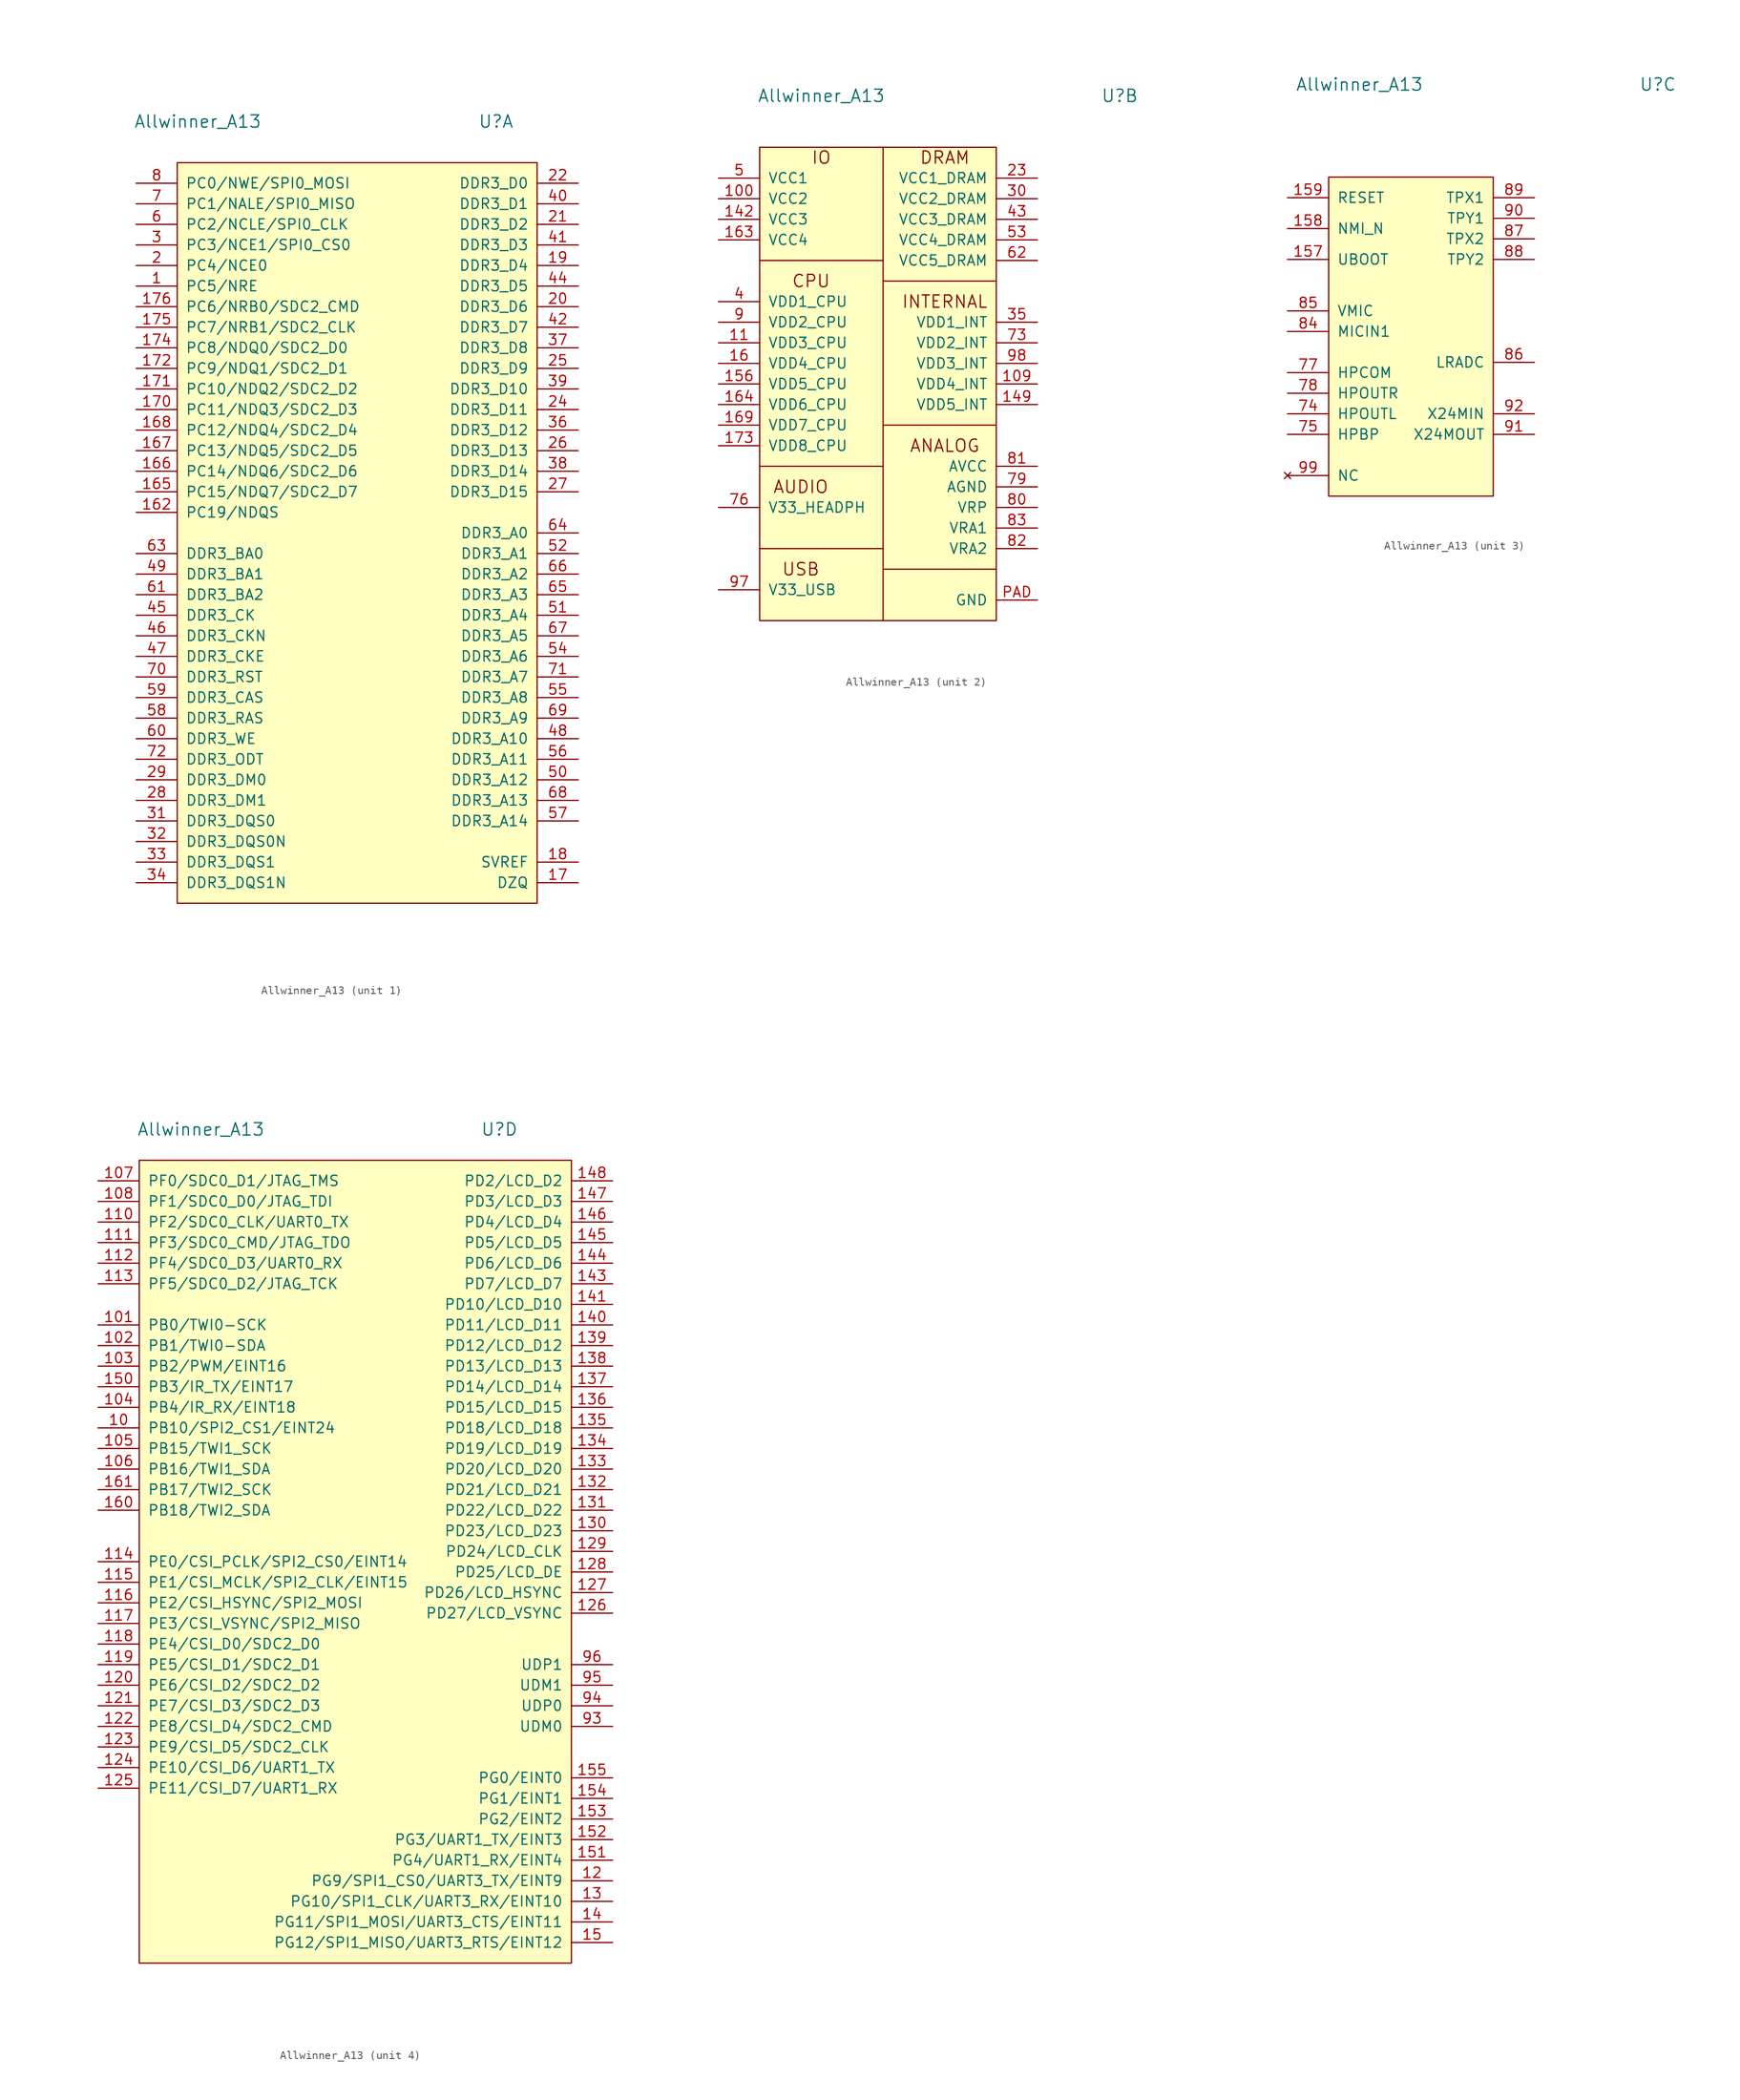
<source format=kicad_sym>
(kicad_symbol_lib
  (version 20211014)
  (generator kicad_symbol_editor)
  (symbol "Allwinner_A13"
    (pin_names
      (offset 1.016))
    (property "Reference" "U"
      (at 29.21 29.21 0)
      (effects (font (size 1.524 1.524))))
    (property "Value" "Allwinner_A13"
      (at -7.62 29.21 0)
      (effects (font (size 1.524 1.524))))
    (property "Footprint" ""
      (at -21.59 6.35 0)
      (effects (font (size 1.524 1.524))))
    (property "Datasheet" ""
      (at -21.59 6.35 0)
      (effects (font (size 1.524 1.524))))
    (property "ki_locked" ""
      (at 0 0 0)
      (effects (font (size 1.27 1.27))))
    (symbol "Allwinner_A13_1_1"
      (rectangle (start -10.16 24.13) (end 34.29 -67.31) (stroke (width 0) (type default) (color 0 0 0 0)) (fill (type background)))
      (pin passive line (at -15.24 8.89 0) (length 5.08) (name "PC5/NRE" (effects (font (size 1.27 1.27)))) (number "1" (effects (font (size 1.27 1.27)))))
      (pin passive line (at -15.24 -19.05 0) (length 5.08) (name "PC19/NDQS" (effects (font (size 1.27 1.27)))) (number "162" (effects (font (size 1.27 1.27)))))
      (pin passive line (at -15.24 -16.51 0) (length 5.08) (name "PC15/NDQ7/SDC2_D7" (effects (font (size 1.27 1.27)))) (number "165" (effects (font (size 1.27 1.27)))))
      (pin passive line (at -15.24 -13.97 0) (length 5.08) (name "PC14/NDQ6/SDC2_D6" (effects (font (size 1.27 1.27)))) (number "166" (effects (font (size 1.27 1.27)))))
      (pin passive line (at -15.24 -11.43 0) (length 5.08) (name "PC13/NDQ5/SDC2_D5" (effects (font (size 1.27 1.27)))) (number "167" (effects (font (size 1.27 1.27)))))
      (pin passive line (at -15.24 -8.89 0) (length 5.08) (name "PC12/NDQ4/SDC2_D4" (effects (font (size 1.27 1.27)))) (number "168" (effects (font (size 1.27 1.27)))))
      (pin passive line (at 39.37 -64.77 180) (length 5.08) (name "DZQ" (effects (font (size 1.27 1.27)))) (number "17" (effects (font (size 1.27 1.27)))))
      (pin passive line (at -15.24 -6.35 0) (length 5.08) (name "PC11/NDQ3/SDC2_D3" (effects (font (size 1.27 1.27)))) (number "170" (effects (font (size 1.27 1.27)))))
      (pin passive line (at -15.24 -3.81 0) (length 5.08) (name "PC10/NDQ2/SDC2_D2" (effects (font (size 1.27 1.27)))) (number "171" (effects (font (size 1.27 1.27)))))
      (pin passive line (at -15.24 -1.27 0) (length 5.08) (name "PC9/NDQ1/SDC2_D1" (effects (font (size 1.27 1.27)))) (number "172" (effects (font (size 1.27 1.27)))))
      (pin passive line (at -15.24 1.27 0) (length 5.08) (name "PC8/NDQ0/SDC2_D0" (effects (font (size 1.27 1.27)))) (number "174" (effects (font (size 1.27 1.27)))))
      (pin passive line (at -15.24 3.81 0) (length 5.08) (name "PC7/NRB1/SDC2_CLK" (effects (font (size 1.27 1.27)))) (number "175" (effects (font (size 1.27 1.27)))))
      (pin passive line (at -15.24 6.35 0) (length 5.08) (name "PC6/NRB0/SDC2_CMD" (effects (font (size 1.27 1.27)))) (number "176" (effects (font (size 1.27 1.27)))))
      (pin passive line (at 39.37 -62.23 180) (length 5.08) (name "SVREF" (effects (font (size 1.27 1.27)))) (number "18" (effects (font (size 1.27 1.27)))))
      (pin passive line (at 39.37 11.43 180) (length 5.08) (name "DDR3_D4" (effects (font (size 1.27 1.27)))) (number "19" (effects (font (size 1.27 1.27)))))
      (pin passive line (at -15.24 11.43 0) (length 5.08) (name "PC4/NCE0" (effects (font (size 1.27 1.27)))) (number "2" (effects (font (size 1.27 1.27)))))
      (pin passive line (at 39.37 6.35 180) (length 5.08) (name "DDR3_D6" (effects (font (size 1.27 1.27)))) (number "20" (effects (font (size 1.27 1.27)))))
      (pin passive line (at 39.37 16.51 180) (length 5.08) (name "DDR3_D2" (effects (font (size 1.27 1.27)))) (number "21" (effects (font (size 1.27 1.27)))))
      (pin passive line (at 39.37 21.59 180) (length 5.08) (name "DDR3_D0" (effects (font (size 1.27 1.27)))) (number "22" (effects (font (size 1.27 1.27)))))
      (pin passive line (at 39.37 -6.35 180) (length 5.08) (name "DDR3_D11" (effects (font (size 1.27 1.27)))) (number "24" (effects (font (size 1.27 1.27)))))
      (pin passive line (at 39.37 -1.27 180) (length 5.08) (name "DDR3_D9" (effects (font (size 1.27 1.27)))) (number "25" (effects (font (size 1.27 1.27)))))
      (pin passive line (at 39.37 -11.43 180) (length 5.08) (name "DDR3_D13" (effects (font (size 1.27 1.27)))) (number "26" (effects (font (size 1.27 1.27)))))
      (pin passive line (at 39.37 -16.51 180) (length 5.08) (name "DDR3_D15" (effects (font (size 1.27 1.27)))) (number "27" (effects (font (size 1.27 1.27)))))
      (pin passive line (at -15.24 -54.61 0) (length 5.08) (name "DDR3_DM1" (effects (font (size 1.27 1.27)))) (number "28" (effects (font (size 1.27 1.27)))))
      (pin passive line (at -15.24 -52.07 0) (length 5.08) (name "DDR3_DM0" (effects (font (size 1.27 1.27)))) (number "29" (effects (font (size 1.27 1.27)))))
      (pin passive line (at -15.24 13.97 0) (length 5.08) (name "PC3/NCE1/SPI0_CS0" (effects (font (size 1.27 1.27)))) (number "3" (effects (font (size 1.27 1.27)))))
      (pin passive line (at -15.24 -57.15 0) (length 5.08) (name "DDR3_DQS0" (effects (font (size 1.27 1.27)))) (number "31" (effects (font (size 1.27 1.27)))))
      (pin passive line (at -15.24 -59.69 0) (length 5.08) (name "DDR3_DQS0N" (effects (font (size 1.27 1.27)))) (number "32" (effects (font (size 1.27 1.27)))))
      (pin passive line (at -15.24 -62.23 0) (length 5.08) (name "DDR3_DQS1" (effects (font (size 1.27 1.27)))) (number "33" (effects (font (size 1.27 1.27)))))
      (pin passive line (at -15.24 -64.77 0) (length 5.08) (name "DDR3_DQS1N" (effects (font (size 1.27 1.27)))) (number "34" (effects (font (size 1.27 1.27)))))
      (pin passive line (at 39.37 -8.89 180) (length 5.08) (name "DDR3_D12" (effects (font (size 1.27 1.27)))) (number "36" (effects (font (size 1.27 1.27)))))
      (pin passive line (at 39.37 1.27 180) (length 5.08) (name "DDR3_D8" (effects (font (size 1.27 1.27)))) (number "37" (effects (font (size 1.27 1.27)))))
      (pin passive line (at 39.37 -13.97 180) (length 5.08) (name "DDR3_D14" (effects (font (size 1.27 1.27)))) (number "38" (effects (font (size 1.27 1.27)))))
      (pin passive line (at 39.37 -3.81 180) (length 5.08) (name "DDR3_D10" (effects (font (size 1.27 1.27)))) (number "39" (effects (font (size 1.27 1.27)))))
      (pin passive line (at 39.37 19.05 180) (length 5.08) (name "DDR3_D1" (effects (font (size 1.27 1.27)))) (number "40" (effects (font (size 1.27 1.27)))))
      (pin passive line (at 39.37 13.97 180) (length 5.08) (name "DDR3_D3" (effects (font (size 1.27 1.27)))) (number "41" (effects (font (size 1.27 1.27)))))
      (pin passive line (at 39.37 3.81 180) (length 5.08) (name "DDR3_D7" (effects (font (size 1.27 1.27)))) (number "42" (effects (font (size 1.27 1.27)))))
      (pin passive line (at 39.37 8.89 180) (length 5.08) (name "DDR3_D5" (effects (font (size 1.27 1.27)))) (number "44" (effects (font (size 1.27 1.27)))))
      (pin passive line (at -15.24 -31.75 0) (length 5.08) (name "DDR3_CK" (effects (font (size 1.27 1.27)))) (number "45" (effects (font (size 1.27 1.27)))))
      (pin passive line (at -15.24 -34.29 0) (length 5.08) (name "DDR3_CKN" (effects (font (size 1.27 1.27)))) (number "46" (effects (font (size 1.27 1.27)))))
      (pin passive line (at -15.24 -36.83 0) (length 5.08) (name "DDR3_CKE" (effects (font (size 1.27 1.27)))) (number "47" (effects (font (size 1.27 1.27)))))
      (pin passive line (at 39.37 -46.99 180) (length 5.08) (name "DDR3_A10" (effects (font (size 1.27 1.27)))) (number "48" (effects (font (size 1.27 1.27)))))
      (pin passive line (at -15.24 -26.67 0) (length 5.08) (name "DDR3_BA1" (effects (font (size 1.27 1.27)))) (number "49" (effects (font (size 1.27 1.27)))))
      (pin passive line (at 39.37 -52.07 180) (length 5.08) (name "DDR3_A12" (effects (font (size 1.27 1.27)))) (number "50" (effects (font (size 1.27 1.27)))))
      (pin passive line (at 39.37 -31.75 180) (length 5.08) (name "DDR3_A4" (effects (font (size 1.27 1.27)))) (number "51" (effects (font (size 1.27 1.27)))))
      (pin passive line (at 39.37 -24.13 180) (length 5.08) (name "DDR3_A1" (effects (font (size 1.27 1.27)))) (number "52" (effects (font (size 1.27 1.27)))))
      (pin passive line (at 39.37 -36.83 180) (length 5.08) (name "DDR3_A6" (effects (font (size 1.27 1.27)))) (number "54" (effects (font (size 1.27 1.27)))))
      (pin passive line (at 39.37 -41.91 180) (length 5.08) (name "DDR3_A8" (effects (font (size 1.27 1.27)))) (number "55" (effects (font (size 1.27 1.27)))))
      (pin passive line (at 39.37 -49.53 180) (length 5.08) (name "DDR3_A11" (effects (font (size 1.27 1.27)))) (number "56" (effects (font (size 1.27 1.27)))))
      (pin passive line (at 39.37 -57.15 180) (length 5.08) (name "DDR3_A14" (effects (font (size 1.27 1.27)))) (number "57" (effects (font (size 1.27 1.27)))))
      (pin passive line (at -15.24 -44.45 0) (length 5.08) (name "DDR3_RAS" (effects (font (size 1.27 1.27)))) (number "58" (effects (font (size 1.27 1.27)))))
      (pin passive line (at -15.24 -41.91 0) (length 5.08) (name "DDR3_CAS" (effects (font (size 1.27 1.27)))) (number "59" (effects (font (size 1.27 1.27)))))
      (pin passive line (at -15.24 16.51 0) (length 5.08) (name "PC2/NCLE/SPI0_CLK" (effects (font (size 1.27 1.27)))) (number "6" (effects (font (size 1.27 1.27)))))
      (pin passive line (at -15.24 -46.99 0) (length 5.08) (name "DDR3_WE" (effects (font (size 1.27 1.27)))) (number "60" (effects (font (size 1.27 1.27)))))
      (pin passive line (at -15.24 -29.21 0) (length 5.08) (name "DDR3_BA2" (effects (font (size 1.27 1.27)))) (number "61" (effects (font (size 1.27 1.27)))))
      (pin passive line (at -15.24 -24.13 0) (length 5.08) (name "DDR3_BA0" (effects (font (size 1.27 1.27)))) (number "63" (effects (font (size 1.27 1.27)))))
      (pin passive line (at 39.37 -21.59 180) (length 5.08) (name "DDR3_A0" (effects (font (size 1.27 1.27)))) (number "64" (effects (font (size 1.27 1.27)))))
      (pin passive line (at 39.37 -29.21 180) (length 5.08) (name "DDR3_A3" (effects (font (size 1.27 1.27)))) (number "65" (effects (font (size 1.27 1.27)))))
      (pin passive line (at 39.37 -26.67 180) (length 5.08) (name "DDR3_A2" (effects (font (size 1.27 1.27)))) (number "66" (effects (font (size 1.27 1.27)))))
      (pin passive line (at 39.37 -34.29 180) (length 5.08) (name "DDR3_A5" (effects (font (size 1.27 1.27)))) (number "67" (effects (font (size 1.27 1.27)))))
      (pin passive line (at 39.37 -54.61 180) (length 5.08) (name "DDR3_A13" (effects (font (size 1.27 1.27)))) (number "68" (effects (font (size 1.27 1.27)))))
      (pin passive line (at 39.37 -44.45 180) (length 5.08) (name "DDR3_A9" (effects (font (size 1.27 1.27)))) (number "69" (effects (font (size 1.27 1.27)))))
      (pin passive line (at -15.24 19.05 0) (length 5.08) (name "PC1/NALE/SPI0_MISO" (effects (font (size 1.27 1.27)))) (number "7" (effects (font (size 1.27 1.27)))))
      (pin passive line (at -15.24 -39.37 0) (length 5.08) (name "DDR3_RST" (effects (font (size 1.27 1.27)))) (number "70" (effects (font (size 1.27 1.27)))))
      (pin passive line (at 39.37 -39.37 180) (length 5.08) (name "DDR3_A7" (effects (font (size 1.27 1.27)))) (number "71" (effects (font (size 1.27 1.27)))))
      (pin passive line (at -15.24 -49.53 0) (length 5.08) (name "DDR3_ODT" (effects (font (size 1.27 1.27)))) (number "72" (effects (font (size 1.27 1.27)))))
      (pin passive line (at -15.24 21.59 0) (length 5.08) (name "PC0/NWE/SPI0_MOSI" (effects (font (size 1.27 1.27)))) (number "8" (effects (font (size 1.27 1.27))))))
    (symbol "Allwinner_A13_2_0"
      (text "USB" (at -10.16 -29.21 0) (effects (font (size 1.524 1.524)))))
    (symbol "Allwinner_A13_2_1"
      (polyline (pts (xy -15.24 -26.67) (xy 0 -26.67)) (stroke (width 0) (type default) (color 0 0 0 0)) (fill (type none)))
      (polyline (pts (xy -15.24 -16.51) (xy 0 -16.51)) (stroke (width 0) (type default) (color 0 0 0 0)) (fill (type none)))
      (polyline (pts (xy -15.24 8.89) (xy 0 8.89)) (stroke (width 0) (type default) (color 0 0 0 0)) (fill (type none)))
      (polyline (pts (xy 0 -29.21) (xy 13.97 -29.21)) (stroke (width 0) (type default) (color 0 0 0 0)) (fill (type none)))
      (polyline (pts (xy 0 -11.43) (xy 13.97 -11.43)) (stroke (width 0) (type default) (color 0 0 0 0)) (fill (type none)))
      (polyline (pts (xy 0 6.35) (xy 13.97 6.35)) (stroke (width 0) (type default) (color 0 0 0 0)) (fill (type none)))
      (polyline (pts (xy 0 22.86) (xy 0 -35.56)) (stroke (width 0) (type default) (color 0 0 0 0)) (fill (type none)))
      (rectangle (start 13.97 -35.56) (end -15.24 22.86) (stroke (width 0) (type default) (color 0 0 0 0)) (fill (type background)))
      (text "ANALOG" (at 7.62 -13.97 0) (effects (font (size 1.524 1.524))))
      (text "AUDIO" (at -10.16 -19.05 0) (effects (font (size 1.524 1.524))))
      (text "CPU" (at -8.89 6.35 0) (effects (font (size 1.524 1.524))))
      (text "DRAM" (at 7.62 21.59 0) (effects (font (size 1.524 1.524))))
      (text "INTERNAL" (at 7.62 3.81 0) (effects (font (size 1.524 1.524))))
      (text "IO" (at -7.62 21.59 0) (effects (font (size 1.524 1.524))))
      (pin power_in line (at -20.32 16.51 0) (length 5.08) (name "VCC2" (effects (font (size 1.27 1.27)))) (number "100" (effects (font (size 1.27 1.27)))))
      (pin power_in line (at 19.05 -6.35 180) (length 5.08) (name "VDD4_INT" (effects (font (size 1.27 1.27)))) (number "109" (effects (font (size 1.27 1.27)))))
      (pin power_in line (at -20.32 -1.27 0) (length 5.08) (name "VDD3_CPU" (effects (font (size 1.27 1.27)))) (number "11" (effects (font (size 1.27 1.27)))))
      (pin power_in line (at -20.32 13.97 0) (length 5.08) (name "VCC3" (effects (font (size 1.27 1.27)))) (number "142" (effects (font (size 1.27 1.27)))))
      (pin power_in line (at 19.05 -8.89 180) (length 5.08) (name "VDD5_INT" (effects (font (size 1.27 1.27)))) (number "149" (effects (font (size 1.27 1.27)))))
      (pin power_in line (at -20.32 -6.35 0) (length 5.08) (name "VDD5_CPU" (effects (font (size 1.27 1.27)))) (number "156" (effects (font (size 1.27 1.27)))))
      (pin power_in line (at -20.32 -3.81 0) (length 5.08) (name "VDD4_CPU" (effects (font (size 1.27 1.27)))) (number "16" (effects (font (size 1.27 1.27)))))
      (pin power_in line (at -20.32 11.43 0) (length 5.08) (name "VCC4" (effects (font (size 1.27 1.27)))) (number "163" (effects (font (size 1.27 1.27)))))
      (pin power_in line (at -20.32 -8.89 0) (length 5.08) (name "VDD6_CPU" (effects (font (size 1.27 1.27)))) (number "164" (effects (font (size 1.27 1.27)))))
      (pin power_in line (at -20.32 -11.43 0) (length 5.08) (name "VDD7_CPU" (effects (font (size 1.27 1.27)))) (number "169" (effects (font (size 1.27 1.27)))))
      (pin power_in line (at -20.32 -13.97 0) (length 5.08) (name "VDD8_CPU" (effects (font (size 1.27 1.27)))) (number "173" (effects (font (size 1.27 1.27)))))
      (pin power_in line (at 19.05 19.05 180) (length 5.08) (name "VCC1_DRAM" (effects (font (size 1.27 1.27)))) (number "23" (effects (font (size 1.27 1.27)))))
      (pin power_in line (at 19.05 16.51 180) (length 5.08) (name "VCC2_DRAM" (effects (font (size 1.27 1.27)))) (number "30" (effects (font (size 1.27 1.27)))))
      (pin power_in line (at 19.05 1.27 180) (length 5.08) (name "VDD1_INT" (effects (font (size 1.27 1.27)))) (number "35" (effects (font (size 1.27 1.27)))))
      (pin power_in line (at -20.32 3.81 0) (length 5.08) (name "VDD1_CPU" (effects (font (size 1.27 1.27)))) (number "4" (effects (font (size 1.27 1.27)))))
      (pin power_in line (at 19.05 13.97 180) (length 5.08) (name "VCC3_DRAM" (effects (font (size 1.27 1.27)))) (number "43" (effects (font (size 1.27 1.27)))))
      (pin power_in line (at -20.32 19.05 0) (length 5.08) (name "VCC1" (effects (font (size 1.27 1.27)))) (number "5" (effects (font (size 1.27 1.27)))))
      (pin power_in line (at 19.05 11.43 180) (length 5.08) (name "VCC4_DRAM" (effects (font (size 1.27 1.27)))) (number "53" (effects (font (size 1.27 1.27)))))
      (pin power_in line (at 19.05 8.89 180) (length 5.08) (name "VCC5_DRAM" (effects (font (size 1.27 1.27)))) (number "62" (effects (font (size 1.27 1.27)))))
      (pin power_in line (at 19.05 -1.27 180) (length 5.08) (name "VDD2_INT" (effects (font (size 1.27 1.27)))) (number "73" (effects (font (size 1.27 1.27)))))
      (pin power_in line (at -20.32 -21.59 0) (length 5.08) (name "V33_HEADPH" (effects (font (size 1.27 1.27)))) (number "76" (effects (font (size 1.27 1.27)))))
      (pin power_in line (at 19.05 -19.05 180) (length 5.08) (name "AGND" (effects (font (size 1.27 1.27)))) (number "79" (effects (font (size 1.27 1.27)))))
      (pin passive line (at 19.05 -21.59 180) (length 5.08) (name "VRP" (effects (font (size 1.27 1.27)))) (number "80" (effects (font (size 1.27 1.27)))))
      (pin power_in line (at 19.05 -16.51 180) (length 5.08) (name "AVCC" (effects (font (size 1.27 1.27)))) (number "81" (effects (font (size 1.27 1.27)))))
      (pin passive line (at 19.05 -26.67 180) (length 5.08) (name "VRA2" (effects (font (size 1.27 1.27)))) (number "82" (effects (font (size 1.27 1.27)))))
      (pin passive line (at 19.05 -24.13 180) (length 5.08) (name "VRA1" (effects (font (size 1.27 1.27)))) (number "83" (effects (font (size 1.27 1.27)))))
      (pin power_in line (at -20.32 1.27 0) (length 5.08) (name "VDD2_CPU" (effects (font (size 1.27 1.27)))) (number "9" (effects (font (size 1.27 1.27)))))
      (pin power_in line (at -20.32 -31.75 0) (length 5.08) (name "V33_USB" (effects (font (size 1.27 1.27)))) (number "97" (effects (font (size 1.27 1.27)))))
      (pin power_in line (at 19.05 -3.81 180) (length 5.08) (name "VDD3_INT" (effects (font (size 1.27 1.27)))) (number "98" (effects (font (size 1.27 1.27)))))
      (pin power_in line (at 19.05 -33.02 180) (length 5.08) (name "GND" (effects (font (size 1.27 1.27)))) (number "PAD" (effects (font (size 1.27 1.27))))))
    (symbol "Allwinner_A13_3_1"
      (rectangle (start -11.43 17.78) (end 8.89 -21.59) (stroke (width 0) (type default) (color 0 0 0 0)) (fill (type background)))
      (pin passive line (at -16.51 7.62 0) (length 5.08) (name "UBOOT" (effects (font (size 1.27 1.27)))) (number "157" (effects (font (size 1.27 1.27)))))
      (pin passive line (at -16.51 11.43 0) (length 5.08) (name "NMI_N" (effects (font (size 1.27 1.27)))) (number "158" (effects (font (size 1.27 1.27)))))
      (pin passive line (at -16.51 15.24 0) (length 5.08) (name "RESET" (effects (font (size 1.27 1.27)))) (number "159" (effects (font (size 1.27 1.27)))))
      (pin passive line (at -16.51 -11.43 0) (length 5.08) (name "HPOUTL" (effects (font (size 1.27 1.27)))) (number "74" (effects (font (size 1.27 1.27)))))
      (pin passive line (at -16.51 -13.97 0) (length 5.08) (name "HPBP" (effects (font (size 1.27 1.27)))) (number "75" (effects (font (size 1.27 1.27)))))
      (pin passive line (at -16.51 -6.35 0) (length 5.08) (name "HPCOM" (effects (font (size 1.27 1.27)))) (number "77" (effects (font (size 1.27 1.27)))))
      (pin passive line (at -16.51 -8.89 0) (length 5.08) (name "HPOUTR" (effects (font (size 1.27 1.27)))) (number "78" (effects (font (size 1.27 1.27)))))
      (pin passive line (at -16.51 -1.27 0) (length 5.08) (name "MICIN1" (effects (font (size 1.27 1.27)))) (number "84" (effects (font (size 1.27 1.27)))))
      (pin power_in line (at -16.51 1.27 0) (length 5.08) (name "VMIC" (effects (font (size 1.27 1.27)))) (number "85" (effects (font (size 1.27 1.27)))))
      (pin passive line (at 13.97 -5.08 180) (length 5.08) (name "LRADC" (effects (font (size 1.27 1.27)))) (number "86" (effects (font (size 1.27 1.27)))))
      (pin passive line (at 13.97 10.16 180) (length 5.08) (name "TPX2" (effects (font (size 1.27 1.27)))) (number "87" (effects (font (size 1.27 1.27)))))
      (pin passive line (at 13.97 7.62 180) (length 5.08) (name "TPY2" (effects (font (size 1.27 1.27)))) (number "88" (effects (font (size 1.27 1.27)))))
      (pin passive line (at 13.97 15.24 180) (length 5.08) (name "TPX1" (effects (font (size 1.27 1.27)))) (number "89" (effects (font (size 1.27 1.27)))))
      (pin passive line (at 13.97 12.7 180) (length 5.08) (name "TPY1" (effects (font (size 1.27 1.27)))) (number "90" (effects (font (size 1.27 1.27)))))
      (pin passive line (at 13.97 -13.97 180) (length 5.08) (name "X24MOUT" (effects (font (size 1.27 1.27)))) (number "91" (effects (font (size 1.27 1.27)))))
      (pin passive line (at 13.97 -11.43 180) (length 5.08) (name "X24MIN" (effects (font (size 1.27 1.27)))) (number "92" (effects (font (size 1.27 1.27)))))
      (pin no_connect line (at -16.51 -19.05 0) (length 5.08) (name "NC" (effects (font (size 1.27 1.27)))) (number "99" (effects (font (size 1.27 1.27))))))
    (symbol "Allwinner_A13_4_0"
      (rectangle (start -15.24 25.4) (end 38.1 -73.66) (stroke (width 0) (type default) (color 0 0 0 0)) (fill (type background))))
    (symbol "Allwinner_A13_4_1"
      (pin passive line (at -20.32 -7.62 0) (length 5.08) (name "PB10/SPI2_CS1/EINT24" (effects (font (size 1.27 1.27)))) (number "10" (effects (font (size 1.27 1.27)))))
      (pin passive line (at -20.32 5.08 0) (length 5.08) (name "PB0/TWI0-SCK" (effects (font (size 1.27 1.27)))) (number "101" (effects (font (size 1.27 1.27)))))
      (pin passive line (at -20.32 2.54 0) (length 5.08) (name "PB1/TWI0-SDA" (effects (font (size 1.27 1.27)))) (number "102" (effects (font (size 1.27 1.27)))))
      (pin passive line (at -20.32 0 0) (length 5.08) (name "PB2/PWM/EINT16" (effects (font (size 1.27 1.27)))) (number "103" (effects (font (size 1.27 1.27)))))
      (pin passive line (at -20.32 -5.08 0) (length 5.08) (name "PB4/IR_RX/EINT18" (effects (font (size 1.27 1.27)))) (number "104" (effects (font (size 1.27 1.27)))))
      (pin passive line (at -20.32 -10.16 0) (length 5.08) (name "PB15/TWI1_SCK" (effects (font (size 1.27 1.27)))) (number "105" (effects (font (size 1.27 1.27)))))
      (pin passive line (at -20.32 -12.7 0) (length 5.08) (name "PB16/TWI1_SDA" (effects (font (size 1.27 1.27)))) (number "106" (effects (font (size 1.27 1.27)))))
      (pin passive line (at -20.32 22.86 0) (length 5.08) (name "PF0/SDC0_D1/JTAG_TMS" (effects (font (size 1.27 1.27)))) (number "107" (effects (font (size 1.27 1.27)))))
      (pin passive line (at -20.32 20.32 0) (length 5.08) (name "PF1/SDC0_D0/JTAG_TDI" (effects (font (size 1.27 1.27)))) (number "108" (effects (font (size 1.27 1.27)))))
      (pin passive line (at -20.32 17.78 0) (length 5.08) (name "PF2/SDC0_CLK/UART0_TX" (effects (font (size 1.27 1.27)))) (number "110" (effects (font (size 1.27 1.27)))))
      (pin passive line (at -20.32 15.24 0) (length 5.08) (name "PF3/SDC0_CMD/JTAG_TDO" (effects (font (size 1.27 1.27)))) (number "111" (effects (font (size 1.27 1.27)))))
      (pin passive line (at -20.32 12.7 0) (length 5.08) (name "PF4/SDC0_D3/UART0_RX" (effects (font (size 1.27 1.27)))) (number "112" (effects (font (size 1.27 1.27)))))
      (pin passive line (at -20.32 10.16 0) (length 5.08) (name "PF5/SDC0_D2/JTAG_TCK" (effects (font (size 1.27 1.27)))) (number "113" (effects (font (size 1.27 1.27)))))
      (pin passive line (at -20.32 -24.13 0) (length 5.08) (name "PE0/CSI_PCLK/SPI2_CS0/EINT14" (effects (font (size 1.27 1.27)))) (number "114" (effects (font (size 1.27 1.27)))))
      (pin passive line (at -20.32 -26.67 0) (length 5.08) (name "PE1/CSI_MCLK/SPI2_CLK/EINT15" (effects (font (size 1.27 1.27)))) (number "115" (effects (font (size 1.27 1.27)))))
      (pin passive line (at -20.32 -29.21 0) (length 5.08) (name "PE2/CSI_HSYNC/SPI2_MOSI" (effects (font (size 1.27 1.27)))) (number "116" (effects (font (size 1.27 1.27)))))
      (pin passive line (at -20.32 -31.75 0) (length 5.08) (name "PE3/CSI_VSYNC/SPI2_MISO" (effects (font (size 1.27 1.27)))) (number "117" (effects (font (size 1.27 1.27)))))
      (pin passive line (at -20.32 -34.29 0) (length 5.08) (name "PE4/CSI_D0/SDC2_D0" (effects (font (size 1.27 1.27)))) (number "118" (effects (font (size 1.27 1.27)))))
      (pin passive line (at -20.32 -36.83 0) (length 5.08) (name "PE5/CSI_D1/SDC2_D1" (effects (font (size 1.27 1.27)))) (number "119" (effects (font (size 1.27 1.27)))))
      (pin passive line (at 43.18 -63.5 180) (length 5.08) (name "PG9/SPI1_CS0/UART3_TX/EINT9" (effects (font (size 1.27 1.27)))) (number "12" (effects (font (size 1.27 1.27)))))
      (pin passive line (at -20.32 -39.37 0) (length 5.08) (name "PE6/CSI_D2/SDC2_D2" (effects (font (size 1.27 1.27)))) (number "120" (effects (font (size 1.27 1.27)))))
      (pin passive line (at -20.32 -41.91 0) (length 5.08) (name "PE7/CSI_D3/SDC2_D3" (effects (font (size 1.27 1.27)))) (number "121" (effects (font (size 1.27 1.27)))))
      (pin passive line (at -20.32 -44.45 0) (length 5.08) (name "PE8/CSI_D4/SDC2_CMD" (effects (font (size 1.27 1.27)))) (number "122" (effects (font (size 1.27 1.27)))))
      (pin passive line (at -20.32 -46.99 0) (length 5.08) (name "PE9/CSI_D5/SDC2_CLK" (effects (font (size 1.27 1.27)))) (number "123" (effects (font (size 1.27 1.27)))))
      (pin passive line (at -20.32 -49.53 0) (length 5.08) (name "PE10/CSI_D6/UART1_TX" (effects (font (size 1.27 1.27)))) (number "124" (effects (font (size 1.27 1.27)))))
      (pin passive line (at -20.32 -52.07 0) (length 5.08) (name "PE11/CSI_D7/UART1_RX" (effects (font (size 1.27 1.27)))) (number "125" (effects (font (size 1.27 1.27)))))
      (pin passive line (at 43.18 -30.48 180) (length 5.08) (name "PD27/LCD_VSYNC" (effects (font (size 1.27 1.27)))) (number "126" (effects (font (size 1.27 1.27)))))
      (pin passive line (at 43.18 -27.94 180) (length 5.08) (name "PD26/LCD_HSYNC" (effects (font (size 1.27 1.27)))) (number "127" (effects (font (size 1.27 1.27)))))
      (pin passive line (at 43.18 -25.4 180) (length 5.08) (name "PD25/LCD_DE" (effects (font (size 1.27 1.27)))) (number "128" (effects (font (size 1.27 1.27)))))
      (pin passive line (at 43.18 -22.86 180) (length 5.08) (name "PD24/LCD_CLK" (effects (font (size 1.27 1.27)))) (number "129" (effects (font (size 1.27 1.27)))))
      (pin passive line (at 43.18 -66.04 180) (length 5.08) (name "PG10/SPI1_CLK/UART3_RX/EINT10" (effects (font (size 1.27 1.27)))) (number "13" (effects (font (size 1.27 1.27)))))
      (pin passive line (at 43.18 -20.32 180) (length 5.08) (name "PD23/LCD_D23" (effects (font (size 1.27 1.27)))) (number "130" (effects (font (size 1.27 1.27)))))
      (pin passive line (at 43.18 -17.78 180) (length 5.08) (name "PD22/LCD_D22" (effects (font (size 1.27 1.27)))) (number "131" (effects (font (size 1.27 1.27)))))
      (pin passive line (at 43.18 -15.24 180) (length 5.08) (name "PD21/LCD_D21" (effects (font (size 1.27 1.27)))) (number "132" (effects (font (size 1.27 1.27)))))
      (pin passive line (at 43.18 -12.7 180) (length 5.08) (name "PD20/LCD_D20" (effects (font (size 1.27 1.27)))) (number "133" (effects (font (size 1.27 1.27)))))
      (pin passive line (at 43.18 -10.16 180) (length 5.08) (name "PD19/LCD_D19" (effects (font (size 1.27 1.27)))) (number "134" (effects (font (size 1.27 1.27)))))
      (pin passive line (at 43.18 -7.62 180) (length 5.08) (name "PD18/LCD_D18" (effects (font (size 1.27 1.27)))) (number "135" (effects (font (size 1.27 1.27)))))
      (pin passive line (at 43.18 -5.08 180) (length 5.08) (name "PD15/LCD_D15" (effects (font (size 1.27 1.27)))) (number "136" (effects (font (size 1.27 1.27)))))
      (pin passive line (at 43.18 -2.54 180) (length 5.08) (name "PD14/LCD_D14" (effects (font (size 1.27 1.27)))) (number "137" (effects (font (size 1.27 1.27)))))
      (pin passive line (at 43.18 0 180) (length 5.08) (name "PD13/LCD_D13" (effects (font (size 1.27 1.27)))) (number "138" (effects (font (size 1.27 1.27)))))
      (pin passive line (at 43.18 2.54 180) (length 5.08) (name "PD12/LCD_D12" (effects (font (size 1.27 1.27)))) (number "139" (effects (font (size 1.27 1.27)))))
      (pin passive line (at 43.18 -68.58 180) (length 5.08) (name "PG11/SPI1_MOSI/UART3_CTS/EINT11" (effects (font (size 1.27 1.27)))) (number "14" (effects (font (size 1.27 1.27)))))
      (pin passive line (at 43.18 5.08 180) (length 5.08) (name "PD11/LCD_D11" (effects (font (size 1.27 1.27)))) (number "140" (effects (font (size 1.27 1.27)))))
      (pin passive line (at 43.18 7.62 180) (length 5.08) (name "PD10/LCD_D10" (effects (font (size 1.27 1.27)))) (number "141" (effects (font (size 1.27 1.27)))))
      (pin passive line (at 43.18 10.16 180) (length 5.08) (name "PD7/LCD_D7" (effects (font (size 1.27 1.27)))) (number "143" (effects (font (size 1.27 1.27)))))
      (pin passive line (at 43.18 12.7 180) (length 5.08) (name "PD6/LCD_D6" (effects (font (size 1.27 1.27)))) (number "144" (effects (font (size 1.27 1.27)))))
      (pin passive line (at 43.18 15.24 180) (length 5.08) (name "PD5/LCD_D5" (effects (font (size 1.27 1.27)))) (number "145" (effects (font (size 1.27 1.27)))))
      (pin passive line (at 43.18 17.78 180) (length 5.08) (name "PD4/LCD_D4" (effects (font (size 1.27 1.27)))) (number "146" (effects (font (size 1.27 1.27)))))
      (pin passive line (at 43.18 20.32 180) (length 5.08) (name "PD3/LCD_D3" (effects (font (size 1.27 1.27)))) (number "147" (effects (font (size 1.27 1.27)))))
      (pin passive line (at 43.18 22.86 180) (length 5.08) (name "PD2/LCD_D2" (effects (font (size 1.27 1.27)))) (number "148" (effects (font (size 1.27 1.27)))))
      (pin passive line (at 43.18 -71.12 180) (length 5.08) (name "PG12/SPI1_MISO/UART3_RTS/EINT12" (effects (font (size 1.27 1.27)))) (number "15" (effects (font (size 1.27 1.27)))))
      (pin passive line (at -20.32 -2.54 0) (length 5.08) (name "PB3/IR_TX/EINT17" (effects (font (size 1.27 1.27)))) (number "150" (effects (font (size 1.27 1.27)))))
      (pin passive line (at 43.18 -60.96 180) (length 5.08) (name "PG4/UART1_RX/EINT4" (effects (font (size 1.27 1.27)))) (number "151" (effects (font (size 1.27 1.27)))))
      (pin passive line (at 43.18 -58.42 180) (length 5.08) (name "PG3/UART1_TX/EINT3" (effects (font (size 1.27 1.27)))) (number "152" (effects (font (size 1.27 1.27)))))
      (pin passive line (at 43.18 -55.88 180) (length 5.08) (name "PG2/EINT2" (effects (font (size 1.27 1.27)))) (number "153" (effects (font (size 1.27 1.27)))))
      (pin passive line (at 43.18 -53.34 180) (length 5.08) (name "PG1/EINT1" (effects (font (size 1.27 1.27)))) (number "154" (effects (font (size 1.27 1.27)))))
      (pin passive line (at 43.18 -50.8 180) (length 5.08) (name "PG0/EINT0" (effects (font (size 1.27 1.27)))) (number "155" (effects (font (size 1.27 1.27)))))
      (pin passive line (at -20.32 -17.78 0) (length 5.08) (name "PB18/TWI2_SDA" (effects (font (size 1.27 1.27)))) (number "160" (effects (font (size 1.27 1.27)))))
      (pin passive line (at -20.32 -15.24 0) (length 5.08) (name "PB17/TWI2_SCK" (effects (font (size 1.27 1.27)))) (number "161" (effects (font (size 1.27 1.27)))))
      (pin passive line (at 43.18 -44.45 180) (length 5.08) (name "UDM0" (effects (font (size 1.27 1.27)))) (number "93" (effects (font (size 1.27 1.27)))))
      (pin passive line (at 43.18 -41.91 180) (length 5.08) (name "UDP0" (effects (font (size 1.27 1.27)))) (number "94" (effects (font (size 1.27 1.27)))))
      (pin passive line (at 43.18 -39.37 180) (length 5.08) (name "UDM1" (effects (font (size 1.27 1.27)))) (number "95" (effects (font (size 1.27 1.27)))))
      (pin passive line (at 43.18 -36.83 180) (length 5.08) (name "UDP1" (effects (font (size 1.27 1.27)))) (number "96" (effects (font (size 1.27 1.27))))))))
</source>
